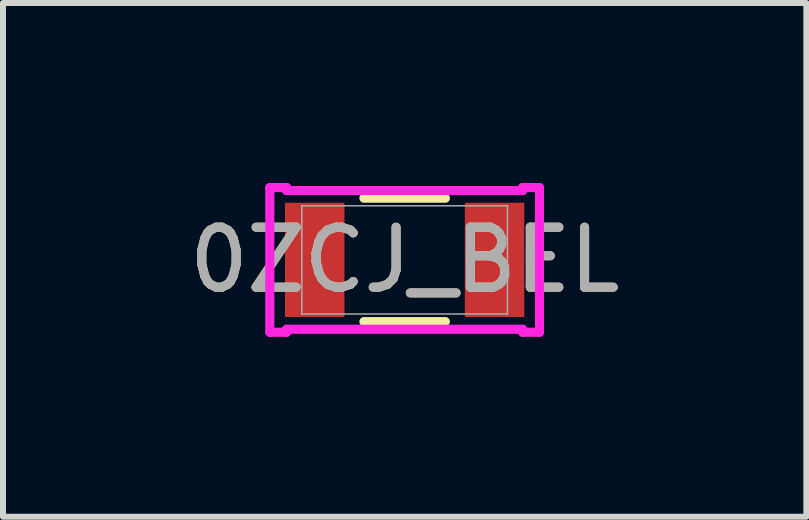
<source format=kicad_pcb>
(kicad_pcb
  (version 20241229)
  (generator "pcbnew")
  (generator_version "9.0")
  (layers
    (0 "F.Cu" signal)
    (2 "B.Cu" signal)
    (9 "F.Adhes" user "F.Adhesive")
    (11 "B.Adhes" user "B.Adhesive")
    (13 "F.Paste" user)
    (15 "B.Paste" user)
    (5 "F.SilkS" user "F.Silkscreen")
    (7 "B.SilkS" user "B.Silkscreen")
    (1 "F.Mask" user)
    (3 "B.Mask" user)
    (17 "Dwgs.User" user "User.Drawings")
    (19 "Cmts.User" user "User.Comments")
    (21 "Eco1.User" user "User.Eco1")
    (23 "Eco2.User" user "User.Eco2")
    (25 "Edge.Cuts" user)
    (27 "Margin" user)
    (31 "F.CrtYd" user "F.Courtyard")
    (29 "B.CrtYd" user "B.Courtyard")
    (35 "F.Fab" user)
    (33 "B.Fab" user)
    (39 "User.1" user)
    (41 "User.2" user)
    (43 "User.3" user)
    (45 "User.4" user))
  (footprint "0ZCJ_BEL"
    (layer "F.Cu")
    (at 3.696 1.283)
    (property "Reference" "0ZCJ_BEL" (at 0 0 0) (unlocked yes) (layer "F.SilkS") (effects (font (size 1 1) (thickness 0.15))))
    (attr smd)
    (fp_line (start -0.679 1.029) (end 0.679 1.029) (stroke (width 0.152) (type solid)) (layer "F.SilkS"))
    (fp_line (start 0.679 -1.029) (end -0.679 -1.029) (stroke (width 0.152) (type solid)) (layer "F.SilkS"))
    (fp_line (start -2.248 -1.206) (end -1.968 -1.206) (stroke (width 0.152) (type solid)) (layer "F.CrtYd"))
    (fp_line (start -2.248 1.206) (end -2.248 -1.206) (stroke (width 0.152) (type solid)) (layer "F.CrtYd"))
    (fp_line (start -2.248 1.206) (end -1.968 1.206) (stroke (width 0.152) (type solid)) (layer "F.CrtYd"))
    (fp_line (start -1.968 -1.206) (end -1.968 -1.156) (stroke (width 0.152) (type solid)) (layer "F.CrtYd"))
    (fp_line (start -1.968 -1.156) (end 1.968 -1.156) (stroke (width 0.152) (type solid)) (layer "F.CrtYd"))
    (fp_line (start -1.968 1.156) (end 1.968 1.156) (stroke (width 0.152) (type solid)) (layer "F.CrtYd"))
    (fp_line (start -1.968 1.206) (end -1.968 1.156) (stroke (width 0.152) (type solid)) (layer "F.CrtYd"))
    (fp_line (start 1.968 -1.206) (end 2.248 -1.206) (stroke (width 0.152) (type solid)) (layer "F.CrtYd"))
    (fp_line (start 1.968 -1.156) (end 1.968 -1.206) (stroke (width 0.152) (type solid)) (layer "F.CrtYd"))
    (fp_line (start 1.968 1.156) (end 1.968 1.206) (stroke (width 0.152) (type solid)) (layer "F.CrtYd"))
    (fp_line (start 1.968 1.206) (end 2.248 1.206) (stroke (width 0.152) (type solid)) (layer "F.CrtYd"))
    (fp_line (start 2.248 -1.206) (end 2.248 1.206) (stroke (width 0.152) (type solid)) (layer "F.CrtYd"))
    (fp_line (start -1.714 -0.902) (end -1.714 0.902) (stroke (width 0.025) (type solid)) (layer "F.Fab"))
    (fp_line (start -1.714 0.902) (end 1.714 0.902) (stroke (width 0.025) (type solid)) (layer "F.Fab"))
    (fp_line (start 1.714 -0.902) (end -1.714 -0.902) (stroke (width 0.025) (type solid)) (layer "F.Fab"))
    (fp_line (start 1.714 0.902) (end 1.714 -0.902) (stroke (width 0.025) (type solid)) (layer "F.Fab"))
    (fp_circle (center -1.46 0) (end -1.46 0) (stroke (width 0.025) (type solid)) (fill no) (layer "F.Fab"))
    (fp_text user "${REFERENCE}" (at 0 0 0) (unlocked yes) (layer "F.Fab") (effects (font (size 1 1) (thickness 0.15))))
    (pad "1" smd rect (at -1.499 0) (size 0.991 1.905) (layers "F.Cu" "F.Mask" "F.Paste"))
    (pad "2" smd rect (at 1.499 0) (size 0.991 1.905) (layers "F.Cu" "F.Mask" "F.Paste"))
    (zone (net_name "") (layer "F.Cu") (hatch full 0.508) (connect_pads) (min_thickness 0.254) (filled_areas_thickness no) (keepout (tracks not_allowed) (vias not_allowed) (pads allowed) (copperpour not_allowed) (footprints allowed)) (placement (enabled no)) (fill) (polygon (pts (xy 2.744 0.381) (xy 4.649 0.381) (xy 4.649 2.184) (xy 2.744 2.184)))))
  (gr_rect
    (start -3 -3)
    (end 10.393 5.565)
    (stroke (width 0.1) (type default))
    (fill no)
    (layer "Edge.Cuts")))
</source>
